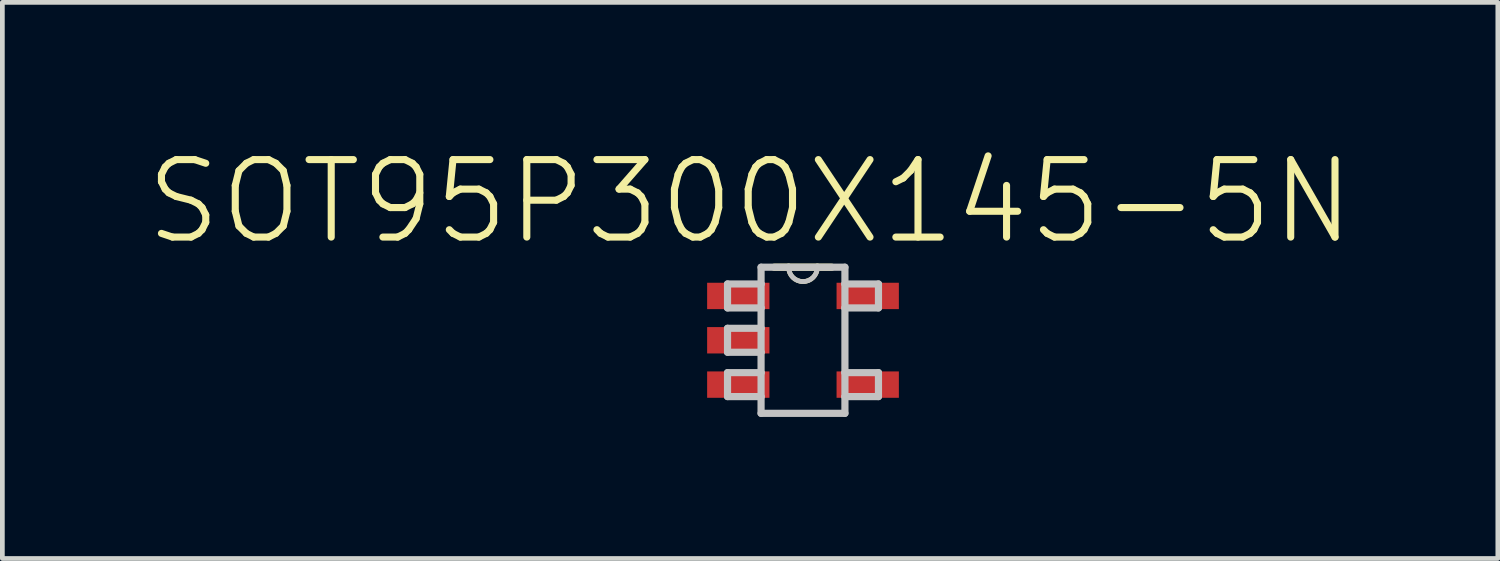
<source format=kicad_pcb>
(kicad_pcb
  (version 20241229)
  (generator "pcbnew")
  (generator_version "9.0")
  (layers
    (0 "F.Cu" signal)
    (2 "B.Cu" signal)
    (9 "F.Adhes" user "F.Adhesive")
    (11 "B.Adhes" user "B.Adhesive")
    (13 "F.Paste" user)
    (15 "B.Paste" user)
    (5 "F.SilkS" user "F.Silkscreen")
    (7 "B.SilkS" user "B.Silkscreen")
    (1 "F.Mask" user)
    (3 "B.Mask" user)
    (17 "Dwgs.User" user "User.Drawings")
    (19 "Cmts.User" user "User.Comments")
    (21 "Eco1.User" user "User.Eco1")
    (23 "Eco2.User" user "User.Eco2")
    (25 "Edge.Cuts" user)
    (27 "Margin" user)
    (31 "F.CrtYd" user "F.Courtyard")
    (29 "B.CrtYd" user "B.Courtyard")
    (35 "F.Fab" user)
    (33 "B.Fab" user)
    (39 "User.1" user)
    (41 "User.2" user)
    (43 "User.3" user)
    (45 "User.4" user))
  (footprint "SOT95P300X145-5N"
    (layer "F.Cu")
    (at 13.974 4.164)
    (property "Reference" "SOT95P300X145-5N" (at -1.122 -2.94 0) (layer "F.SilkS") (effects (font (size 1.643 1.643) (thickness 0.15))))
    (attr smd)
    (fp_line (start -0.305 -1.549) (end -0.61 -1.549) (stroke (width 0.152) (type solid)) (layer "F.SilkS"))
    (fp_line (start 0.305 -1.549) (end -0.305 -1.549) (stroke (width 0.152) (type solid)) (layer "F.SilkS"))
    (fp_line (start 0.61 -1.549) (end 0.305 -1.549) (stroke (width 0.152) (type solid)) (layer "F.SilkS"))
    (fp_arc (start 0.3048 -1.5494) (mid 0 -1.2446) (end -0.3048 -1.5494) (stroke (width 0.1) (type solid)) (layer "F.SilkS"))
    (fp_line (start -1.6 -1.194) (end -1.6 -0.686) (stroke (width 0.152) (type solid)) (layer "Dwgs.User"))
    (fp_line (start -1.6 -0.686) (end -0.889 -0.686) (stroke (width 0.152) (type solid)) (layer "Dwgs.User"))
    (fp_line (start -1.6 -0.254) (end -1.6 0.254) (stroke (width 0.152) (type solid)) (layer "Dwgs.User"))
    (fp_line (start -1.6 0.254) (end -0.889 0.254) (stroke (width 0.152) (type solid)) (layer "Dwgs.User"))
    (fp_line (start -1.6 0.686) (end -1.6 1.194) (stroke (width 0.152) (type solid)) (layer "Dwgs.User"))
    (fp_line (start -1.6 1.194) (end -0.889 1.194) (stroke (width 0.152) (type solid)) (layer "Dwgs.User"))
    (fp_line (start -0.889 -1.549) (end -0.889 -1.194) (stroke (width 0.152) (type solid)) (layer "Dwgs.User"))
    (fp_line (start -0.889 -1.194) (end -1.6 -1.194) (stroke (width 0.152) (type solid)) (layer "Dwgs.User"))
    (fp_line (start -0.889 -1.194) (end -0.889 -0.686) (stroke (width 0.152) (type solid)) (layer "Dwgs.User"))
    (fp_line (start -0.889 -0.686) (end -0.889 -0.254) (stroke (width 0.152) (type solid)) (layer "Dwgs.User"))
    (fp_line (start -0.889 -0.254) (end -1.6 -0.254) (stroke (width 0.152) (type solid)) (layer "Dwgs.User"))
    (fp_line (start -0.889 -0.254) (end -0.889 0.254) (stroke (width 0.152) (type solid)) (layer "Dwgs.User"))
    (fp_line (start -0.889 0.254) (end -0.889 0.686) (stroke (width 0.152) (type solid)) (layer "Dwgs.User"))
    (fp_line (start -0.889 0.686) (end -1.6 0.686) (stroke (width 0.152) (type solid)) (layer "Dwgs.User"))
    (fp_line (start -0.889 1.194) (end -0.889 0.686) (stroke (width 0.152) (type solid)) (layer "Dwgs.User"))
    (fp_line (start -0.889 1.549) (end -0.889 1.194) (stroke (width 0.152) (type solid)) (layer "Dwgs.User"))
    (fp_line (start -0.889 1.549) (end 0.889 1.549) (stroke (width 0.152) (type solid)) (layer "Dwgs.User"))
    (fp_line (start -0.305 -1.549) (end -0.889 -1.549) (stroke (width 0.152) (type solid)) (layer "Dwgs.User"))
    (fp_line (start 0.305 -1.549) (end -0.305 -1.549) (stroke (width 0.152) (type solid)) (layer "Dwgs.User"))
    (fp_line (start 0.889 -1.549) (end 0.305 -1.549) (stroke (width 0.152) (type solid)) (layer "Dwgs.User"))
    (fp_line (start 0.889 -1.549) (end 0.889 -1.194) (stroke (width 0.152) (type solid)) (layer "Dwgs.User"))
    (fp_line (start 0.889 -1.194) (end 0.889 -0.686) (stroke (width 0.152) (type solid)) (layer "Dwgs.User"))
    (fp_line (start 0.889 -0.686) (end 1.6 -0.686) (stroke (width 0.152) (type solid)) (layer "Dwgs.User"))
    (fp_line (start 0.889 0.686) (end 0.889 -0.686) (stroke (width 0.152) (type solid)) (layer "Dwgs.User"))
    (fp_line (start 0.889 1.194) (end 0.889 0.686) (stroke (width 0.152) (type solid)) (layer "Dwgs.User"))
    (fp_line (start 0.889 1.194) (end 1.6 1.194) (stroke (width 0.152) (type solid)) (layer "Dwgs.User"))
    (fp_line (start 0.889 1.549) (end 0.889 1.194) (stroke (width 0.152) (type solid)) (layer "Dwgs.User"))
    (fp_line (start 1.6 -1.194) (end 0.889 -1.194) (stroke (width 0.152) (type solid)) (layer "Dwgs.User"))
    (fp_line (start 1.6 -0.686) (end 1.6 -1.194) (stroke (width 0.152) (type solid)) (layer "Dwgs.User"))
    (fp_line (start 1.6 0.686) (end 0.889 0.686) (stroke (width 0.152) (type solid)) (layer "Dwgs.User"))
    (fp_line (start 1.6 1.194) (end 1.6 0.686) (stroke (width 0.152) (type solid)) (layer "Dwgs.User"))
    (fp_arc (start 0.3048 -1.5494) (mid 0 -1.2446) (end -0.3048 -1.5494) (stroke (width 0.1) (type solid)) (layer "Dwgs.User"))
    (pad "1" smd rect (at -1.372 -0.94) (size 1.321 0.559) (layers "F.Cu" "F.Mask" "F.Paste"))
    (pad "2" smd rect (at -1.372 0) (size 1.321 0.559) (layers "F.Cu" "F.Mask" "F.Paste"))
    (pad "3" smd rect (at -1.372 0.94) (size 1.321 0.559) (layers "F.Cu" "F.Mask" "F.Paste"))
    (pad "4" smd rect (at 1.372 0.94) (size 1.321 0.559) (layers "F.Cu" "F.Mask" "F.Paste"))
    (pad "5" smd rect (at 1.372 -0.94) (size 1.321 0.559) (layers "F.Cu" "F.Mask" "F.Paste")))
  (gr_rect
    (start -3 -3)
    (end 28.705 8.79)
    (stroke (width 0.1) (type default))
    (fill no)
    (layer "Edge.Cuts")))
</source>
